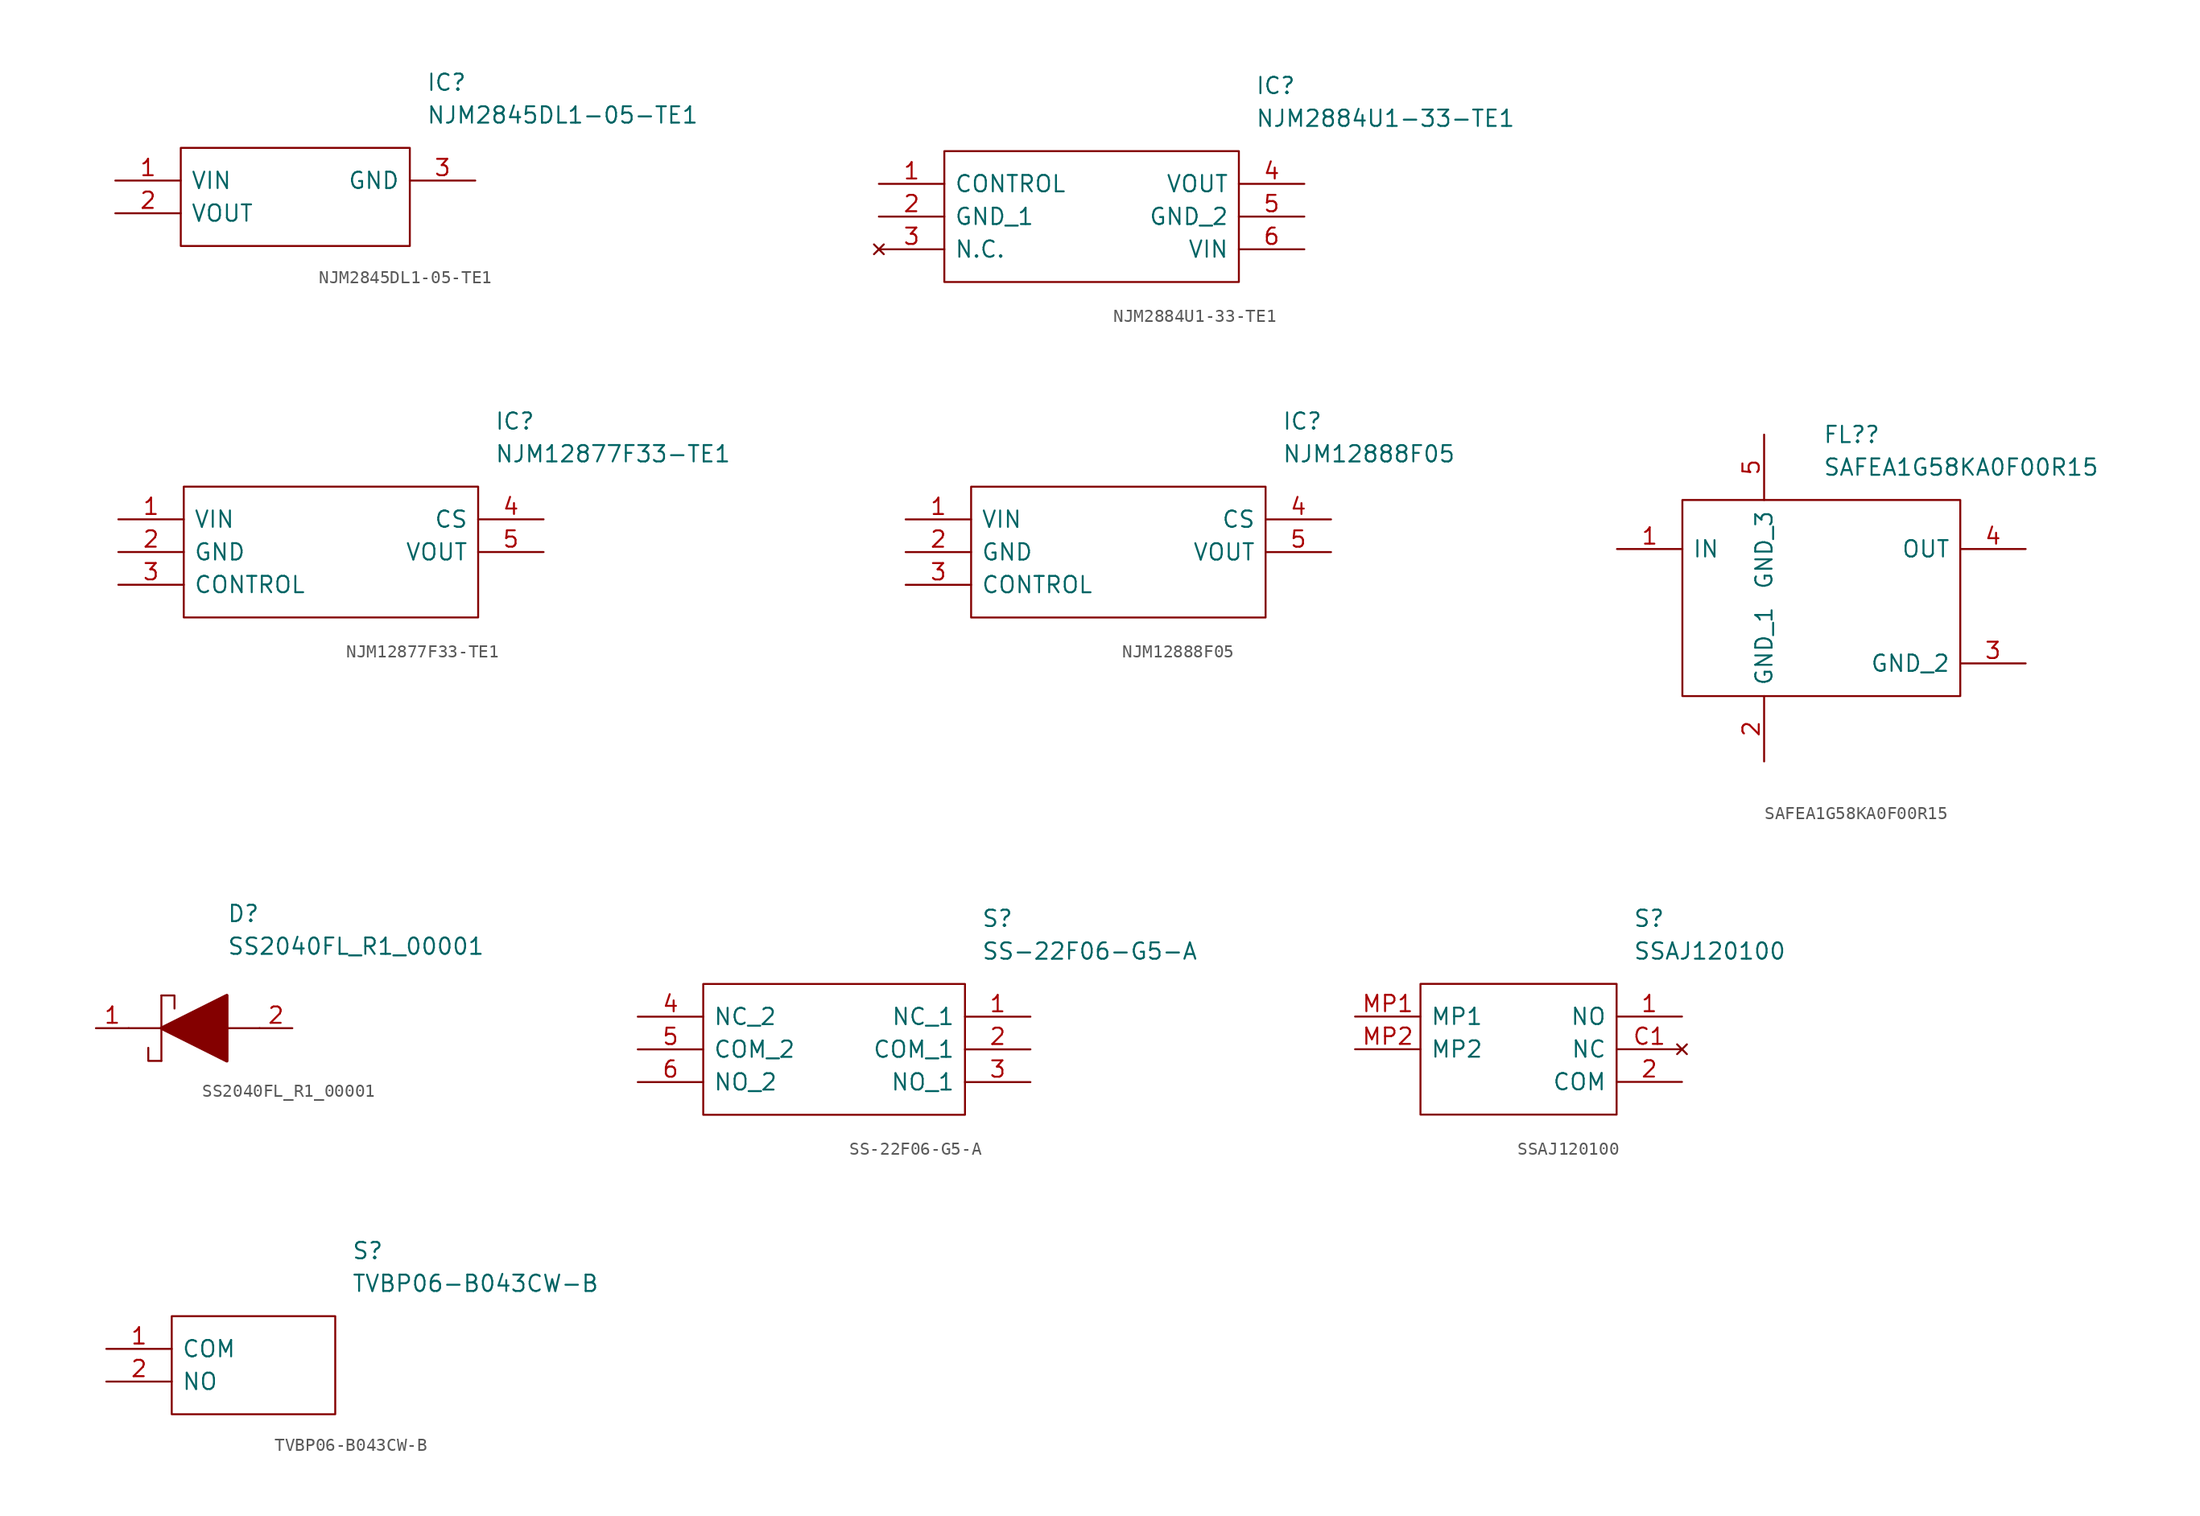
<source format=kicad_sym>
(kicad_symbol_lib
  (version 20211014)
  (generator kicad_symbol_editor)
  (symbol "NJM2845DL1-05-TE1"
    (pin_names
      (offset 0.762))
    (property "Reference" "IC"
      (at 24.13 7.62 0)
      (effects (font (size 1.27 1.27)) (justify left)))
    (property "Value" "NJM2845DL1-05-TE1"
      (at 24.13 5.08 0)
      (effects (font (size 1.27 1.27)) (justify left)))
    (symbol "NJM2845DL1-05-TE1_0_0"
      (pin passive line (at 0 0 0) (length 5.08) (name "VIN" (effects (font (size 1.27 1.27)))) (number "1" (effects (font (size 1.27 1.27)))))
      (pin passive line (at 0 -2.54 0) (length 5.08) (name "VOUT" (effects (font (size 1.27 1.27)))) (number "2" (effects (font (size 1.27 1.27)))))
      (pin passive line (at 27.94 0 180) (length 5.08) (name "GND" (effects (font (size 1.27 1.27)))) (number "3" (effects (font (size 1.27 1.27))))))
    (symbol "NJM2845DL1-05-TE1_0_1"
      (polyline (pts (xy 5.08 2.54) (xy 22.86 2.54) (xy 22.86 -5.08) (xy 5.08 -5.08) (xy 5.08 2.54)) (stroke (width 0.152) (type default) (color 0 0 0 0)) (fill (type none)))))
  (symbol "NJM2884U1-33-TE1"
    (pin_names
      (offset 0.762))
    (property "Reference" "IC"
      (at 29.21 7.62 0)
      (effects (font (size 1.27 1.27)) (justify left)))
    (property "Value" "NJM2884U1-33-TE1"
      (at 29.21 5.08 0)
      (effects (font (size 1.27 1.27)) (justify left)))
    (symbol "NJM2884U1-33-TE1_0_0"
      (pin passive line (at 0 0 0) (length 5.08) (name "CONTROL" (effects (font (size 1.27 1.27)))) (number "1" (effects (font (size 1.27 1.27)))))
      (pin passive line (at 0 -2.54 0) (length 5.08) (name "GND_1" (effects (font (size 1.27 1.27)))) (number "2" (effects (font (size 1.27 1.27)))))
      (pin no_connect line (at 0 -5.08 0) (length 5.08) (name "N.C." (effects (font (size 1.27 1.27)))) (number "3" (effects (font (size 1.27 1.27)))))
      (pin passive line (at 33.02 0 180) (length 5.08) (name "VOUT" (effects (font (size 1.27 1.27)))) (number "4" (effects (font (size 1.27 1.27)))))
      (pin passive line (at 33.02 -2.54 180) (length 5.08) (name "GND_2" (effects (font (size 1.27 1.27)))) (number "5" (effects (font (size 1.27 1.27)))))
      (pin passive line (at 33.02 -5.08 180) (length 5.08) (name "VIN" (effects (font (size 1.27 1.27)))) (number "6" (effects (font (size 1.27 1.27))))))
    (symbol "NJM2884U1-33-TE1_0_1"
      (polyline (pts (xy 5.08 2.54) (xy 27.94 2.54) (xy 27.94 -7.62) (xy 5.08 -7.62) (xy 5.08 2.54)) (stroke (width 0.152) (type default) (color 0 0 0 0)) (fill (type none)))))
  (symbol "NJM12877F33-TE1"
    (pin_names
      (offset 0.762))
    (property "Reference" "IC"
      (at 29.21 7.62 0)
      (effects (font (size 1.27 1.27)) (justify left)))
    (property "Value" "NJM12877F33-TE1"
      (at 29.21 5.08 0)
      (effects (font (size 1.27 1.27)) (justify left)))
    (symbol "NJM12877F33-TE1_0_0"
      (pin passive line (at 0 0 0) (length 5.08) (name "VIN" (effects (font (size 1.27 1.27)))) (number "1" (effects (font (size 1.27 1.27)))))
      (pin passive line (at 0 -2.54 0) (length 5.08) (name "GND" (effects (font (size 1.27 1.27)))) (number "2" (effects (font (size 1.27 1.27)))))
      (pin passive line (at 0 -5.08 0) (length 5.08) (name "CONTROL" (effects (font (size 1.27 1.27)))) (number "3" (effects (font (size 1.27 1.27)))))
      (pin passive line (at 33.02 0 180) (length 5.08) (name "CS" (effects (font (size 1.27 1.27)))) (number "4" (effects (font (size 1.27 1.27)))))
      (pin passive line (at 33.02 -2.54 180) (length 5.08) (name "VOUT" (effects (font (size 1.27 1.27)))) (number "5" (effects (font (size 1.27 1.27))))))
    (symbol "NJM12877F33-TE1_0_1"
      (polyline (pts (xy 5.08 2.54) (xy 27.94 2.54) (xy 27.94 -7.62) (xy 5.08 -7.62) (xy 5.08 2.54)) (stroke (width 0.152) (type default) (color 0 0 0 0)) (fill (type none)))))
  (symbol "NJM12888F05"
    (pin_names
      (offset 0.762))
    (property "Reference" "IC"
      (at 29.21 7.62 0)
      (effects (font (size 1.27 1.27)) (justify left)))
    (property "Value" "NJM12888F05"
      (at 29.21 5.08 0)
      (effects (font (size 1.27 1.27)) (justify left)))
    (symbol "NJM12888F05_0_0"
      (pin passive line (at 0 0 0) (length 5.08) (name "VIN" (effects (font (size 1.27 1.27)))) (number "1" (effects (font (size 1.27 1.27)))))
      (pin passive line (at 0 -2.54 0) (length 5.08) (name "GND" (effects (font (size 1.27 1.27)))) (number "2" (effects (font (size 1.27 1.27)))))
      (pin passive line (at 0 -5.08 0) (length 5.08) (name "CONTROL" (effects (font (size 1.27 1.27)))) (number "3" (effects (font (size 1.27 1.27)))))
      (pin passive line (at 33.02 0 180) (length 5.08) (name "CS" (effects (font (size 1.27 1.27)))) (number "4" (effects (font (size 1.27 1.27)))))
      (pin passive line (at 33.02 -2.54 180) (length 5.08) (name "VOUT" (effects (font (size 1.27 1.27)))) (number "5" (effects (font (size 1.27 1.27))))))
    (symbol "NJM12888F05_0_1"
      (polyline (pts (xy 5.08 2.54) (xy 27.94 2.54) (xy 27.94 -7.62) (xy 5.08 -7.62) (xy 5.08 2.54)) (stroke (width 0.152) (type default) (color 0 0 0 0)) (fill (type none)))))
  (symbol "SAFEA1G58KA0F00R15"
    (pin_names
      (offset 0.762))
    (property "Reference" "FL?"
      (at 32.499 17.78 0)
      (effects (font (size 1.27 1.27)) (justify left)))
    (property "Value" "SAFEA1G58KA0F00R15"
      (at 32.499 15.24 0)
      (effects (font (size 1.27 1.27)) (justify left)))
    (symbol "SAFEA1G58KA0F00R15_0_0"
      (pin passive line (at 16.51 8.89 0) (length 5.08) (name "IN" (effects (font (size 1.27 1.27)))) (number "1" (effects (font (size 1.27 1.27)))))
      (pin passive line (at 27.94 -7.62 90) (length 5.08) (name "GND_1" (effects (font (size 1.27 1.27)))) (number "2" (effects (font (size 1.27 1.27)))))
      (pin passive line (at 48.26 0 180) (length 5.08) (name "GND_2" (effects (font (size 1.27 1.27)))) (number "3" (effects (font (size 1.27 1.27)))))
      (pin passive line (at 48.26 8.89 180) (length 5.08) (name "OUT" (effects (font (size 1.27 1.27)))) (number "4" (effects (font (size 1.27 1.27)))))
      (pin passive line (at 27.94 17.78 270) (length 5.08) (name "GND_3" (effects (font (size 1.27 1.27)))) (number "5" (effects (font (size 1.27 1.27))))))
    (symbol "SAFEA1G58KA0F00R15_0_1"
      (polyline (pts (xy 21.59 12.7) (xy 43.18 12.7) (xy 43.18 -2.54) (xy 21.59 -2.54) (xy 21.59 12.7)) (stroke (width 0.152) (type default) (color 0 0 0 0)) (fill (type none)))))
  (symbol "SS2040FL_R1_00001"
    (pin_names
      (offset 0.762))
    (property "Reference" "D"
      (at 12.7 8.89 0)
      (effects (font (size 1.27 1.27)) (justify left)))
    (property "Value" "SS2040FL_R1_00001"
      (at 12.7 6.35 0)
      (effects (font (size 1.27 1.27)) (justify left)))
    (symbol "SS2040FL_R1_00001_0_0"
      (pin passive line (at 2.54 0 0) (length 2.54) (name "~" (effects (font (size 1.27 1.27)))) (number "1" (effects (font (size 1.27 1.27)))))
      (pin passive line (at 17.78 0 180) (length 2.54) (name "~" (effects (font (size 1.27 1.27)))) (number "2" (effects (font (size 1.27 1.27))))))
    (symbol "SS2040FL_R1_00001_0_1"
      (polyline (pts (xy 5.08 0) (xy 7.62 0)) (stroke (width 0.152) (type default) (color 0 0 0 0)) (fill (type none)))
      (polyline (pts (xy 7.62 2.54) (xy 7.62 -2.54)) (stroke (width 0.152) (type default) (color 0 0 0 0)) (fill (type none)))
      (polyline (pts (xy 12.7 0) (xy 15.24 0)) (stroke (width 0.152) (type default) (color 0 0 0 0)) (fill (type none)))
      (polyline (pts (xy 7.62 -2.54) (xy 6.604 -2.54) (xy 6.604 -1.524)) (stroke (width 0.152) (type default) (color 0 0 0 0)) (fill (type none)))
      (polyline (pts (xy 7.62 2.54) (xy 8.636 2.54) (xy 8.636 1.524)) (stroke (width 0.152) (type default) (color 0 0 0 0)) (fill (type none)))
      (polyline (pts (xy 7.62 0) (xy 12.7 2.54) (xy 12.7 -2.54) (xy 7.62 0)) (stroke (width 0.254) (type default) (color 0 0 0 0)) (fill (type outline)))))
  (symbol "SS-22F06-G5-A"
    (pin_names
      (offset 0.762))
    (property "Reference" "S"
      (at 26.67 7.62 0)
      (effects (font (size 1.27 1.27)) (justify left)))
    (property "Value" "SS-22F06-G5-A"
      (at 26.67 5.08 0)
      (effects (font (size 1.27 1.27)) (justify left)))
    (symbol "SS-22F06-G5-A_0_0"
      (pin passive line (at 30.48 0 180) (length 5.08) (name "NC_1" (effects (font (size 1.27 1.27)))) (number "1" (effects (font (size 1.27 1.27)))))
      (pin passive line (at 30.48 -2.54 180) (length 5.08) (name "COM_1" (effects (font (size 1.27 1.27)))) (number "2" (effects (font (size 1.27 1.27)))))
      (pin passive line (at 30.48 -5.08 180) (length 5.08) (name "NO_1" (effects (font (size 1.27 1.27)))) (number "3" (effects (font (size 1.27 1.27)))))
      (pin passive line (at 0 0 0) (length 5.08) (name "NC_2" (effects (font (size 1.27 1.27)))) (number "4" (effects (font (size 1.27 1.27)))))
      (pin passive line (at 0 -2.54 0) (length 5.08) (name "COM_2" (effects (font (size 1.27 1.27)))) (number "5" (effects (font (size 1.27 1.27)))))
      (pin passive line (at 0 -5.08 0) (length 5.08) (name "NO_2" (effects (font (size 1.27 1.27)))) (number "6" (effects (font (size 1.27 1.27))))))
    (symbol "SS-22F06-G5-A_0_1"
      (polyline (pts (xy 5.08 2.54) (xy 25.4 2.54) (xy 25.4 -7.62) (xy 5.08 -7.62) (xy 5.08 2.54)) (stroke (width 0.152) (type default) (color 0 0 0 0)) (fill (type none)))))
  (symbol "SSAJ120100"
    (pin_names
      (offset 0.762))
    (property "Reference" "S"
      (at 21.59 7.62 0)
      (effects (font (size 1.27 1.27)) (justify left)))
    (property "Value" "SSAJ120100"
      (at 21.59 5.08 0)
      (effects (font (size 1.27 1.27)) (justify left)))
    (symbol "SSAJ120100_0_0"
      (pin passive line (at 25.4 0 180) (length 5.08) (name "NO" (effects (font (size 1.27 1.27)))) (number "1" (effects (font (size 1.27 1.27)))))
      (pin passive line (at 25.4 -5.08 180) (length 5.08) (name "COM" (effects (font (size 1.27 1.27)))) (number "2" (effects (font (size 1.27 1.27)))))
      (pin no_connect line (at 25.4 -2.54 180) (length 5.08) (name "NC" (effects (font (size 1.27 1.27)))) (number "C1" (effects (font (size 1.27 1.27)))))
      (pin passive line (at 0 0 0) (length 5.08) (name "MP1" (effects (font (size 1.27 1.27)))) (number "MP1" (effects (font (size 1.27 1.27)))))
      (pin passive line (at 0 -2.54 0) (length 5.08) (name "MP2" (effects (font (size 1.27 1.27)))) (number "MP2" (effects (font (size 1.27 1.27))))))
    (symbol "SSAJ120100_0_1"
      (polyline (pts (xy 5.08 2.54) (xy 20.32 2.54) (xy 20.32 -7.62) (xy 5.08 -7.62) (xy 5.08 2.54)) (stroke (width 0.152) (type default) (color 0 0 0 0)) (fill (type none)))))
  (symbol "TVBP06-B043CW-B"
    (pin_names
      (offset 0.762))
    (property "Reference" "S"
      (at 19.05 7.62 0)
      (effects (font (size 1.27 1.27)) (justify left)))
    (property "Value" "TVBP06-B043CW-B"
      (at 19.05 5.08 0)
      (effects (font (size 1.27 1.27)) (justify left)))
    (symbol "TVBP06-B043CW-B_0_0"
      (pin passive line (at 0 0 0) (length 5.08) (name "COM" (effects (font (size 1.27 1.27)))) (number "1" (effects (font (size 1.27 1.27)))))
      (pin passive line (at 0 -2.54 0) (length 5.08) (name "NO" (effects (font (size 1.27 1.27)))) (number "2" (effects (font (size 1.27 1.27))))))
    (symbol "TVBP06-B043CW-B_0_1"
      (polyline (pts (xy 5.08 2.54) (xy 17.78 2.54) (xy 17.78 -5.08) (xy 5.08 -5.08) (xy 5.08 2.54)) (stroke (width 0.152) (type default) (color 0 0 0 0)) (fill (type none))))))
</source>
